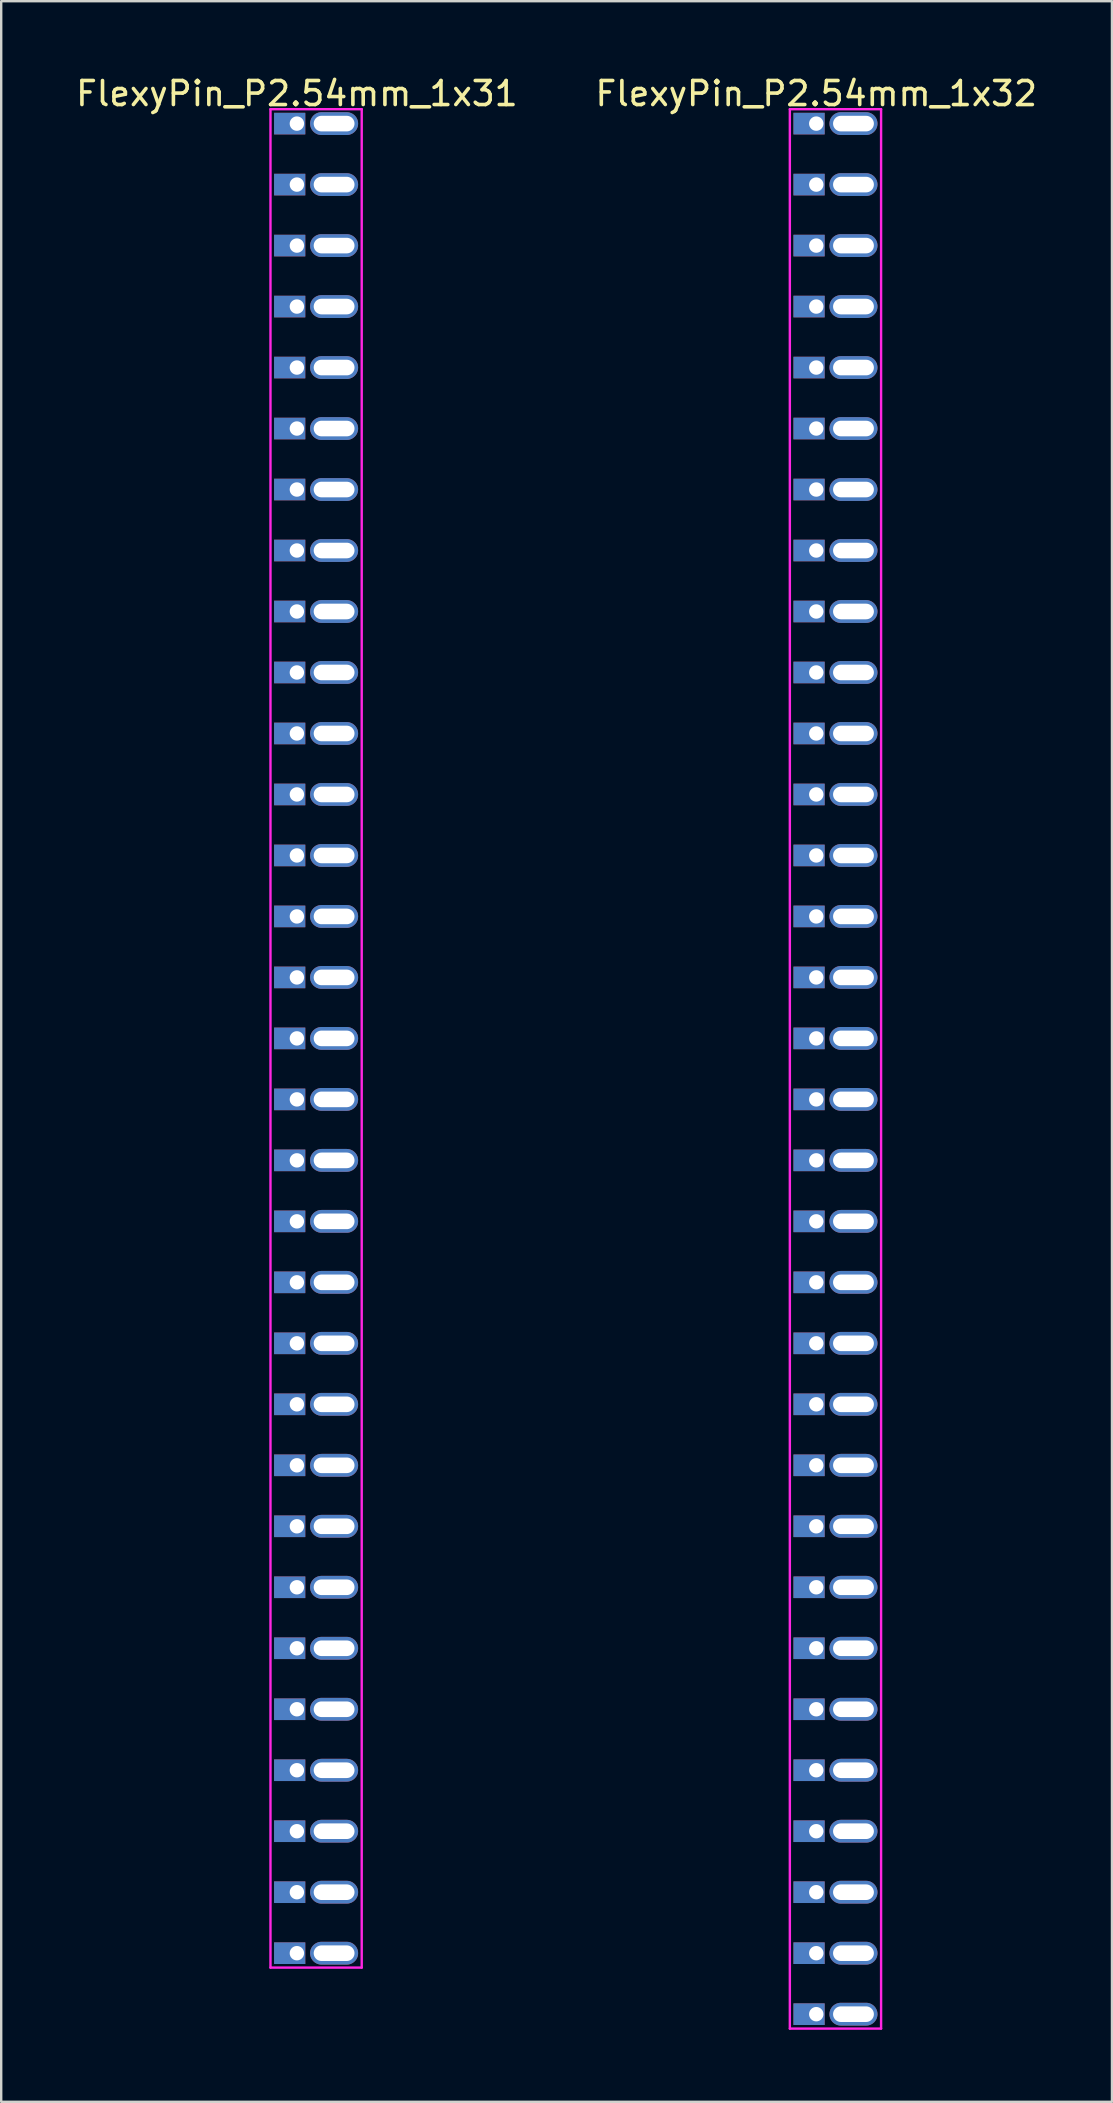
<source format=kicad_pcb>
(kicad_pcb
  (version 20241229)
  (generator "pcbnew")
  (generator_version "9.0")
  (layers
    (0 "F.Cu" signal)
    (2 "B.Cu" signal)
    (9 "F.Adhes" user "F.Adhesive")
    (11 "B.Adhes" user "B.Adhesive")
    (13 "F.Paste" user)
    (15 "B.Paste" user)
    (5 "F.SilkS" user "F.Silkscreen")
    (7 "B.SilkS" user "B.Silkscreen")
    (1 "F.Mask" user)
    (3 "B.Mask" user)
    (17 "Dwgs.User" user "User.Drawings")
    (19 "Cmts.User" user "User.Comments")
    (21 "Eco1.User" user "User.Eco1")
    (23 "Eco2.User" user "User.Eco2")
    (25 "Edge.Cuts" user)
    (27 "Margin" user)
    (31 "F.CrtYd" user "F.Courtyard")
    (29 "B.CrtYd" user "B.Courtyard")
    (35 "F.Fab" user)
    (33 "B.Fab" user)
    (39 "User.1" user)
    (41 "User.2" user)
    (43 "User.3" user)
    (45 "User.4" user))
  (footprint "FlexyPin_P2.54mm_1x32"
    (layer "F.Cu")
    (at 30.946 2.098)
    (property "Reference" "FlexyPin_P2.54mm_1x32" (at 0 -1.25 0) (layer "F.SilkS") (effects (font (size 1 1) (thickness 0.15))))
    (attr through_hole)
    (fp_line (start -1.1 -0.6) (end 2.7 -0.6) (stroke (width 0.1) (type solid)) (layer "F.CrtYd"))
    (fp_line (start -1.1 79.34) (end -1.1 -0.6) (stroke (width 0.1) (type solid)) (layer "F.CrtYd"))
    (fp_line (start 2.7 -0.6) (end 2.7 79.34) (stroke (width 0.1) (type solid)) (layer "F.CrtYd"))
    (fp_line (start 2.7 79.34) (end -1.1 79.34) (stroke (width 0.1) (type solid)) (layer "F.CrtYd"))
    (pad "" thru_hole oval (at 1.55 0) (size 2 0.95) (drill oval 1.7 0.65) (layers "*.Cu" "*.Mask"))
    (pad "" thru_hole oval (at 1.55 2.54) (size 2 0.95) (drill oval 1.7 0.65) (layers "*.Cu" "*.Mask"))
    (pad "" thru_hole oval (at 1.55 5.08) (size 2 0.95) (drill oval 1.7 0.65) (layers "*.Cu" "*.Mask"))
    (pad "" thru_hole oval (at 1.55 7.62) (size 2 0.95) (drill oval 1.7 0.65) (layers "*.Cu" "*.Mask"))
    (pad "" thru_hole oval (at 1.55 10.16) (size 2 0.95) (drill oval 1.7 0.65) (layers "*.Cu" "*.Mask"))
    (pad "" thru_hole oval (at 1.55 12.7) (size 2 0.95) (drill oval 1.7 0.65) (layers "*.Cu" "*.Mask"))
    (pad "" thru_hole oval (at 1.55 15.24) (size 2 0.95) (drill oval 1.7 0.65) (layers "*.Cu" "*.Mask"))
    (pad "" thru_hole oval (at 1.55 17.78) (size 2 0.95) (drill oval 1.7 0.65) (layers "*.Cu" "*.Mask"))
    (pad "" thru_hole oval (at 1.55 20.32) (size 2 0.95) (drill oval 1.7 0.65) (layers "*.Cu" "*.Mask"))
    (pad "" thru_hole oval (at 1.55 22.86) (size 2 0.95) (drill oval 1.7 0.65) (layers "*.Cu" "*.Mask"))
    (pad "" thru_hole oval (at 1.55 25.4) (size 2 0.95) (drill oval 1.7 0.65) (layers "*.Cu" "*.Mask"))
    (pad "" thru_hole oval (at 1.55 27.94) (size 2 0.95) (drill oval 1.7 0.65) (layers "*.Cu" "*.Mask"))
    (pad "" thru_hole oval (at 1.55 30.48) (size 2 0.95) (drill oval 1.7 0.65) (layers "*.Cu" "*.Mask"))
    (pad "" thru_hole oval (at 1.55 33.02) (size 2 0.95) (drill oval 1.7 0.65) (layers "*.Cu" "*.Mask"))
    (pad "" thru_hole oval (at 1.55 35.56) (size 2 0.95) (drill oval 1.7 0.65) (layers "*.Cu" "*.Mask"))
    (pad "" thru_hole oval (at 1.55 38.1) (size 2 0.95) (drill oval 1.7 0.65) (layers "*.Cu" "*.Mask"))
    (pad "" thru_hole oval (at 1.55 40.64) (size 2 0.95) (drill oval 1.7 0.65) (layers "*.Cu" "*.Mask"))
    (pad "" thru_hole oval (at 1.55 43.18) (size 2 0.95) (drill oval 1.7 0.65) (layers "*.Cu" "*.Mask"))
    (pad "" thru_hole oval (at 1.55 45.72) (size 2 0.95) (drill oval 1.7 0.65) (layers "*.Cu" "*.Mask"))
    (pad "" thru_hole oval (at 1.55 48.26) (size 2 0.95) (drill oval 1.7 0.65) (layers "*.Cu" "*.Mask"))
    (pad "" thru_hole oval (at 1.55 50.8) (size 2 0.95) (drill oval 1.7 0.65) (layers "*.Cu" "*.Mask"))
    (pad "" thru_hole oval (at 1.55 53.34) (size 2 0.95) (drill oval 1.7 0.65) (layers "*.Cu" "*.Mask"))
    (pad "" thru_hole oval (at 1.55 55.88) (size 2 0.95) (drill oval 1.7 0.65) (layers "*.Cu" "*.Mask"))
    (pad "" thru_hole oval (at 1.55 58.42) (size 2 0.95) (drill oval 1.7 0.65) (layers "*.Cu" "*.Mask"))
    (pad "" thru_hole oval (at 1.55 60.96) (size 2 0.95) (drill oval 1.7 0.65) (layers "*.Cu" "*.Mask"))
    (pad "" thru_hole oval (at 1.55 63.5) (size 2 0.95) (drill oval 1.7 0.65) (layers "*.Cu" "*.Mask"))
    (pad "" thru_hole oval (at 1.55 66.04) (size 2 0.95) (drill oval 1.7 0.65) (layers "*.Cu" "*.Mask"))
    (pad "" thru_hole oval (at 1.55 68.58) (size 2 0.95) (drill oval 1.7 0.65) (layers "*.Cu" "*.Mask"))
    (pad "" thru_hole oval (at 1.55 71.12) (size 2 0.95) (drill oval 1.7 0.65) (layers "*.Cu" "*.Mask"))
    (pad "" thru_hole oval (at 1.55 73.66) (size 2 0.95) (drill oval 1.7 0.65) (layers "*.Cu" "*.Mask"))
    (pad "" thru_hole oval (at 1.55 76.2) (size 2 0.95) (drill oval 1.7 0.65) (layers "*.Cu" "*.Mask"))
    (pad "" thru_hole oval (at 1.55 78.74) (size 2 0.95) (drill oval 1.7 0.65) (layers "*.Cu" "*.Mask"))
    (pad "1" thru_hole rect (at 0 0) (size 1.3 0.9) (drill 0.6 (offset -0.3 0)) (layers "*.Cu" "*.Mask"))
    (pad "2" thru_hole rect (at 0 2.54) (size 1.3 0.9) (drill 0.6 (offset -0.3 0)) (layers "*.Cu" "*.Mask"))
    (pad "3" thru_hole rect (at 0 5.08) (size 1.3 0.9) (drill 0.6 (offset -0.3 0)) (layers "*.Cu" "*.Mask"))
    (pad "4" thru_hole rect (at 0 7.62) (size 1.3 0.9) (drill 0.6 (offset -0.3 0)) (layers "*.Cu" "*.Mask"))
    (pad "5" thru_hole rect (at 0 10.16) (size 1.3 0.9) (drill 0.6 (offset -0.3 0)) (layers "*.Cu" "*.Mask"))
    (pad "6" thru_hole rect (at 0 12.7) (size 1.3 0.9) (drill 0.6 (offset -0.3 0)) (layers "*.Cu" "*.Mask"))
    (pad "7" thru_hole rect (at 0 15.24) (size 1.3 0.9) (drill 0.6 (offset -0.3 0)) (layers "*.Cu" "*.Mask"))
    (pad "8" thru_hole rect (at 0 17.78) (size 1.3 0.9) (drill 0.6 (offset -0.3 0)) (layers "*.Cu" "*.Mask"))
    (pad "9" thru_hole rect (at 0 20.32) (size 1.3 0.9) (drill 0.6 (offset -0.3 0)) (layers "*.Cu" "*.Mask"))
    (pad "10" thru_hole rect (at 0 22.86) (size 1.3 0.9) (drill 0.6 (offset -0.3 0)) (layers "*.Cu" "*.Mask"))
    (pad "11" thru_hole rect (at 0 25.4) (size 1.3 0.9) (drill 0.6 (offset -0.3 0)) (layers "*.Cu" "*.Mask"))
    (pad "12" thru_hole rect (at 0 27.94) (size 1.3 0.9) (drill 0.6 (offset -0.3 0)) (layers "*.Cu" "*.Mask"))
    (pad "13" thru_hole rect (at 0 30.48) (size 1.3 0.9) (drill 0.6 (offset -0.3 0)) (layers "*.Cu" "*.Mask"))
    (pad "14" thru_hole rect (at 0 33.02) (size 1.3 0.9) (drill 0.6 (offset -0.3 0)) (layers "*.Cu" "*.Mask"))
    (pad "15" thru_hole rect (at 0 35.56) (size 1.3 0.9) (drill 0.6 (offset -0.3 0)) (layers "*.Cu" "*.Mask"))
    (pad "16" thru_hole rect (at 0 38.1) (size 1.3 0.9) (drill 0.6 (offset -0.3 0)) (layers "*.Cu" "*.Mask"))
    (pad "17" thru_hole rect (at 0 40.64) (size 1.3 0.9) (drill 0.6 (offset -0.3 0)) (layers "*.Cu" "*.Mask"))
    (pad "18" thru_hole rect (at 0 43.18) (size 1.3 0.9) (drill 0.6 (offset -0.3 0)) (layers "*.Cu" "*.Mask"))
    (pad "19" thru_hole rect (at 0 45.72) (size 1.3 0.9) (drill 0.6 (offset -0.3 0)) (layers "*.Cu" "*.Mask"))
    (pad "20" thru_hole rect (at 0 48.26) (size 1.3 0.9) (drill 0.6 (offset -0.3 0)) (layers "*.Cu" "*.Mask"))
    (pad "21" thru_hole rect (at 0 50.8) (size 1.3 0.9) (drill 0.6 (offset -0.3 0)) (layers "*.Cu" "*.Mask"))
    (pad "22" thru_hole rect (at 0 53.34) (size 1.3 0.9) (drill 0.6 (offset -0.3 0)) (layers "*.Cu" "*.Mask"))
    (pad "23" thru_hole rect (at 0 55.88) (size 1.3 0.9) (drill 0.6 (offset -0.3 0)) (layers "*.Cu" "*.Mask"))
    (pad "24" thru_hole rect (at 0 58.42) (size 1.3 0.9) (drill 0.6 (offset -0.3 0)) (layers "*.Cu" "*.Mask"))
    (pad "25" thru_hole rect (at 0 60.96) (size 1.3 0.9) (drill 0.6 (offset -0.3 0)) (layers "*.Cu" "*.Mask"))
    (pad "26" thru_hole rect (at 0 63.5) (size 1.3 0.9) (drill 0.6 (offset -0.3 0)) (layers "*.Cu" "*.Mask"))
    (pad "27" thru_hole rect (at 0 66.04) (size 1.3 0.9) (drill 0.6 (offset -0.3 0)) (layers "*.Cu" "*.Mask"))
    (pad "28" thru_hole rect (at 0 68.58) (size 1.3 0.9) (drill 0.6 (offset -0.3 0)) (layers "*.Cu" "*.Mask"))
    (pad "29" thru_hole rect (at 0 71.12) (size 1.3 0.9) (drill 0.6 (offset -0.3 0)) (layers "*.Cu" "*.Mask"))
    (pad "30" thru_hole rect (at 0 73.66) (size 1.3 0.9) (drill 0.6 (offset -0.3 0)) (layers "*.Cu" "*.Mask"))
    (pad "31" thru_hole rect (at 0 76.2) (size 1.3 0.9) (drill 0.6 (offset -0.3 0)) (layers "*.Cu" "*.Mask"))
    (pad "32" thru_hole rect (at 0 78.74) (size 1.3 0.9) (drill 0.6 (offset -0.3 0)) (layers "*.Cu" "*.Mask")))
  (footprint "FlexyPin_P2.54mm_1x31"
    (layer "F.Cu")
    (at 9.315 2.098)
    (property "Reference" "FlexyPin_P2.54mm_1x31" (at 0 -1.25 0) (layer "F.SilkS") (effects (font (size 1 1) (thickness 0.15))))
    (attr through_hole)
    (fp_line (start -1.1 -0.6) (end 2.7 -0.6) (stroke (width 0.1) (type solid)) (layer "F.CrtYd"))
    (fp_line (start -1.1 76.8) (end -1.1 -0.6) (stroke (width 0.1) (type solid)) (layer "F.CrtYd"))
    (fp_line (start 2.7 -0.6) (end 2.7 76.8) (stroke (width 0.1) (type solid)) (layer "F.CrtYd"))
    (fp_line (start 2.7 76.8) (end -1.1 76.8) (stroke (width 0.1) (type solid)) (layer "F.CrtYd"))
    (pad "" thru_hole oval (at 1.55 0) (size 2 0.95) (drill oval 1.7 0.65) (layers "*.Cu" "*.Mask"))
    (pad "" thru_hole oval (at 1.55 2.54) (size 2 0.95) (drill oval 1.7 0.65) (layers "*.Cu" "*.Mask"))
    (pad "" thru_hole oval (at 1.55 5.08) (size 2 0.95) (drill oval 1.7 0.65) (layers "*.Cu" "*.Mask"))
    (pad "" thru_hole oval (at 1.55 7.62) (size 2 0.95) (drill oval 1.7 0.65) (layers "*.Cu" "*.Mask"))
    (pad "" thru_hole oval (at 1.55 10.16) (size 2 0.95) (drill oval 1.7 0.65) (layers "*.Cu" "*.Mask"))
    (pad "" thru_hole oval (at 1.55 12.7) (size 2 0.95) (drill oval 1.7 0.65) (layers "*.Cu" "*.Mask"))
    (pad "" thru_hole oval (at 1.55 15.24) (size 2 0.95) (drill oval 1.7 0.65) (layers "*.Cu" "*.Mask"))
    (pad "" thru_hole oval (at 1.55 17.78) (size 2 0.95) (drill oval 1.7 0.65) (layers "*.Cu" "*.Mask"))
    (pad "" thru_hole oval (at 1.55 20.32) (size 2 0.95) (drill oval 1.7 0.65) (layers "*.Cu" "*.Mask"))
    (pad "" thru_hole oval (at 1.55 22.86) (size 2 0.95) (drill oval 1.7 0.65) (layers "*.Cu" "*.Mask"))
    (pad "" thru_hole oval (at 1.55 25.4) (size 2 0.95) (drill oval 1.7 0.65) (layers "*.Cu" "*.Mask"))
    (pad "" thru_hole oval (at 1.55 27.94) (size 2 0.95) (drill oval 1.7 0.65) (layers "*.Cu" "*.Mask"))
    (pad "" thru_hole oval (at 1.55 30.48) (size 2 0.95) (drill oval 1.7 0.65) (layers "*.Cu" "*.Mask"))
    (pad "" thru_hole oval (at 1.55 33.02) (size 2 0.95) (drill oval 1.7 0.65) (layers "*.Cu" "*.Mask"))
    (pad "" thru_hole oval (at 1.55 35.56) (size 2 0.95) (drill oval 1.7 0.65) (layers "*.Cu" "*.Mask"))
    (pad "" thru_hole oval (at 1.55 38.1) (size 2 0.95) (drill oval 1.7 0.65) (layers "*.Cu" "*.Mask"))
    (pad "" thru_hole oval (at 1.55 40.64) (size 2 0.95) (drill oval 1.7 0.65) (layers "*.Cu" "*.Mask"))
    (pad "" thru_hole oval (at 1.55 43.18) (size 2 0.95) (drill oval 1.7 0.65) (layers "*.Cu" "*.Mask"))
    (pad "" thru_hole oval (at 1.55 45.72) (size 2 0.95) (drill oval 1.7 0.65) (layers "*.Cu" "*.Mask"))
    (pad "" thru_hole oval (at 1.55 48.26) (size 2 0.95) (drill oval 1.7 0.65) (layers "*.Cu" "*.Mask"))
    (pad "" thru_hole oval (at 1.55 50.8) (size 2 0.95) (drill oval 1.7 0.65) (layers "*.Cu" "*.Mask"))
    (pad "" thru_hole oval (at 1.55 53.34) (size 2 0.95) (drill oval 1.7 0.65) (layers "*.Cu" "*.Mask"))
    (pad "" thru_hole oval (at 1.55 55.88) (size 2 0.95) (drill oval 1.7 0.65) (layers "*.Cu" "*.Mask"))
    (pad "" thru_hole oval (at 1.55 58.42) (size 2 0.95) (drill oval 1.7 0.65) (layers "*.Cu" "*.Mask"))
    (pad "" thru_hole oval (at 1.55 60.96) (size 2 0.95) (drill oval 1.7 0.65) (layers "*.Cu" "*.Mask"))
    (pad "" thru_hole oval (at 1.55 63.5) (size 2 0.95) (drill oval 1.7 0.65) (layers "*.Cu" "*.Mask"))
    (pad "" thru_hole oval (at 1.55 66.04) (size 2 0.95) (drill oval 1.7 0.65) (layers "*.Cu" "*.Mask"))
    (pad "" thru_hole oval (at 1.55 68.58) (size 2 0.95) (drill oval 1.7 0.65) (layers "*.Cu" "*.Mask"))
    (pad "" thru_hole oval (at 1.55 71.12) (size 2 0.95) (drill oval 1.7 0.65) (layers "*.Cu" "*.Mask"))
    (pad "" thru_hole oval (at 1.55 73.66) (size 2 0.95) (drill oval 1.7 0.65) (layers "*.Cu" "*.Mask"))
    (pad "" thru_hole oval (at 1.55 76.2) (size 2 0.95) (drill oval 1.7 0.65) (layers "*.Cu" "*.Mask"))
    (pad "1" thru_hole rect (at 0 0) (size 1.3 0.9) (drill 0.6 (offset -0.3 0)) (layers "*.Cu" "*.Mask"))
    (pad "2" thru_hole rect (at 0 2.54) (size 1.3 0.9) (drill 0.6 (offset -0.3 0)) (layers "*.Cu" "*.Mask"))
    (pad "3" thru_hole rect (at 0 5.08) (size 1.3 0.9) (drill 0.6 (offset -0.3 0)) (layers "*.Cu" "*.Mask"))
    (pad "4" thru_hole rect (at 0 7.62) (size 1.3 0.9) (drill 0.6 (offset -0.3 0)) (layers "*.Cu" "*.Mask"))
    (pad "5" thru_hole rect (at 0 10.16) (size 1.3 0.9) (drill 0.6 (offset -0.3 0)) (layers "*.Cu" "*.Mask"))
    (pad "6" thru_hole rect (at 0 12.7) (size 1.3 0.9) (drill 0.6 (offset -0.3 0)) (layers "*.Cu" "*.Mask"))
    (pad "7" thru_hole rect (at 0 15.24) (size 1.3 0.9) (drill 0.6 (offset -0.3 0)) (layers "*.Cu" "*.Mask"))
    (pad "8" thru_hole rect (at 0 17.78) (size 1.3 0.9) (drill 0.6 (offset -0.3 0)) (layers "*.Cu" "*.Mask"))
    (pad "9" thru_hole rect (at 0 20.32) (size 1.3 0.9) (drill 0.6 (offset -0.3 0)) (layers "*.Cu" "*.Mask"))
    (pad "10" thru_hole rect (at 0 22.86) (size 1.3 0.9) (drill 0.6 (offset -0.3 0)) (layers "*.Cu" "*.Mask"))
    (pad "11" thru_hole rect (at 0 25.4) (size 1.3 0.9) (drill 0.6 (offset -0.3 0)) (layers "*.Cu" "*.Mask"))
    (pad "12" thru_hole rect (at 0 27.94) (size 1.3 0.9) (drill 0.6 (offset -0.3 0)) (layers "*.Cu" "*.Mask"))
    (pad "13" thru_hole rect (at 0 30.48) (size 1.3 0.9) (drill 0.6 (offset -0.3 0)) (layers "*.Cu" "*.Mask"))
    (pad "14" thru_hole rect (at 0 33.02) (size 1.3 0.9) (drill 0.6 (offset -0.3 0)) (layers "*.Cu" "*.Mask"))
    (pad "15" thru_hole rect (at 0 35.56) (size 1.3 0.9) (drill 0.6 (offset -0.3 0)) (layers "*.Cu" "*.Mask"))
    (pad "16" thru_hole rect (at 0 38.1) (size 1.3 0.9) (drill 0.6 (offset -0.3 0)) (layers "*.Cu" "*.Mask"))
    (pad "17" thru_hole rect (at 0 40.64) (size 1.3 0.9) (drill 0.6 (offset -0.3 0)) (layers "*.Cu" "*.Mask"))
    (pad "18" thru_hole rect (at 0 43.18) (size 1.3 0.9) (drill 0.6 (offset -0.3 0)) (layers "*.Cu" "*.Mask"))
    (pad "19" thru_hole rect (at 0 45.72) (size 1.3 0.9) (drill 0.6 (offset -0.3 0)) (layers "*.Cu" "*.Mask"))
    (pad "20" thru_hole rect (at 0 48.26) (size 1.3 0.9) (drill 0.6 (offset -0.3 0)) (layers "*.Cu" "*.Mask"))
    (pad "21" thru_hole rect (at 0 50.8) (size 1.3 0.9) (drill 0.6 (offset -0.3 0)) (layers "*.Cu" "*.Mask"))
    (pad "22" thru_hole rect (at 0 53.34) (size 1.3 0.9) (drill 0.6 (offset -0.3 0)) (layers "*.Cu" "*.Mask"))
    (pad "23" thru_hole rect (at 0 55.88) (size 1.3 0.9) (drill 0.6 (offset -0.3 0)) (layers "*.Cu" "*.Mask"))
    (pad "24" thru_hole rect (at 0 58.42) (size 1.3 0.9) (drill 0.6 (offset -0.3 0)) (layers "*.Cu" "*.Mask"))
    (pad "25" thru_hole rect (at 0 60.96) (size 1.3 0.9) (drill 0.6 (offset -0.3 0)) (layers "*.Cu" "*.Mask"))
    (pad "26" thru_hole rect (at 0 63.5) (size 1.3 0.9) (drill 0.6 (offset -0.3 0)) (layers "*.Cu" "*.Mask"))
    (pad "27" thru_hole rect (at 0 66.04) (size 1.3 0.9) (drill 0.6 (offset -0.3 0)) (layers "*.Cu" "*.Mask"))
    (pad "28" thru_hole rect (at 0 68.58) (size 1.3 0.9) (drill 0.6 (offset -0.3 0)) (layers "*.Cu" "*.Mask"))
    (pad "29" thru_hole rect (at 0 71.12) (size 1.3 0.9) (drill 0.6 (offset -0.3 0)) (layers "*.Cu" "*.Mask"))
    (pad "30" thru_hole rect (at 0 73.66) (size 1.3 0.9) (drill 0.6 (offset -0.3 0)) (layers "*.Cu" "*.Mask"))
    (pad "31" thru_hole rect (at 0 76.2) (size 1.3 0.9) (drill 0.6 (offset -0.3 0)) (layers "*.Cu" "*.Mask")))
  (gr_rect
    (start -3 -3)
    (end 43.262 84.488)
    (stroke (width 0.1) (type default))
    (fill no)
    (layer "Edge.Cuts")))
</source>
